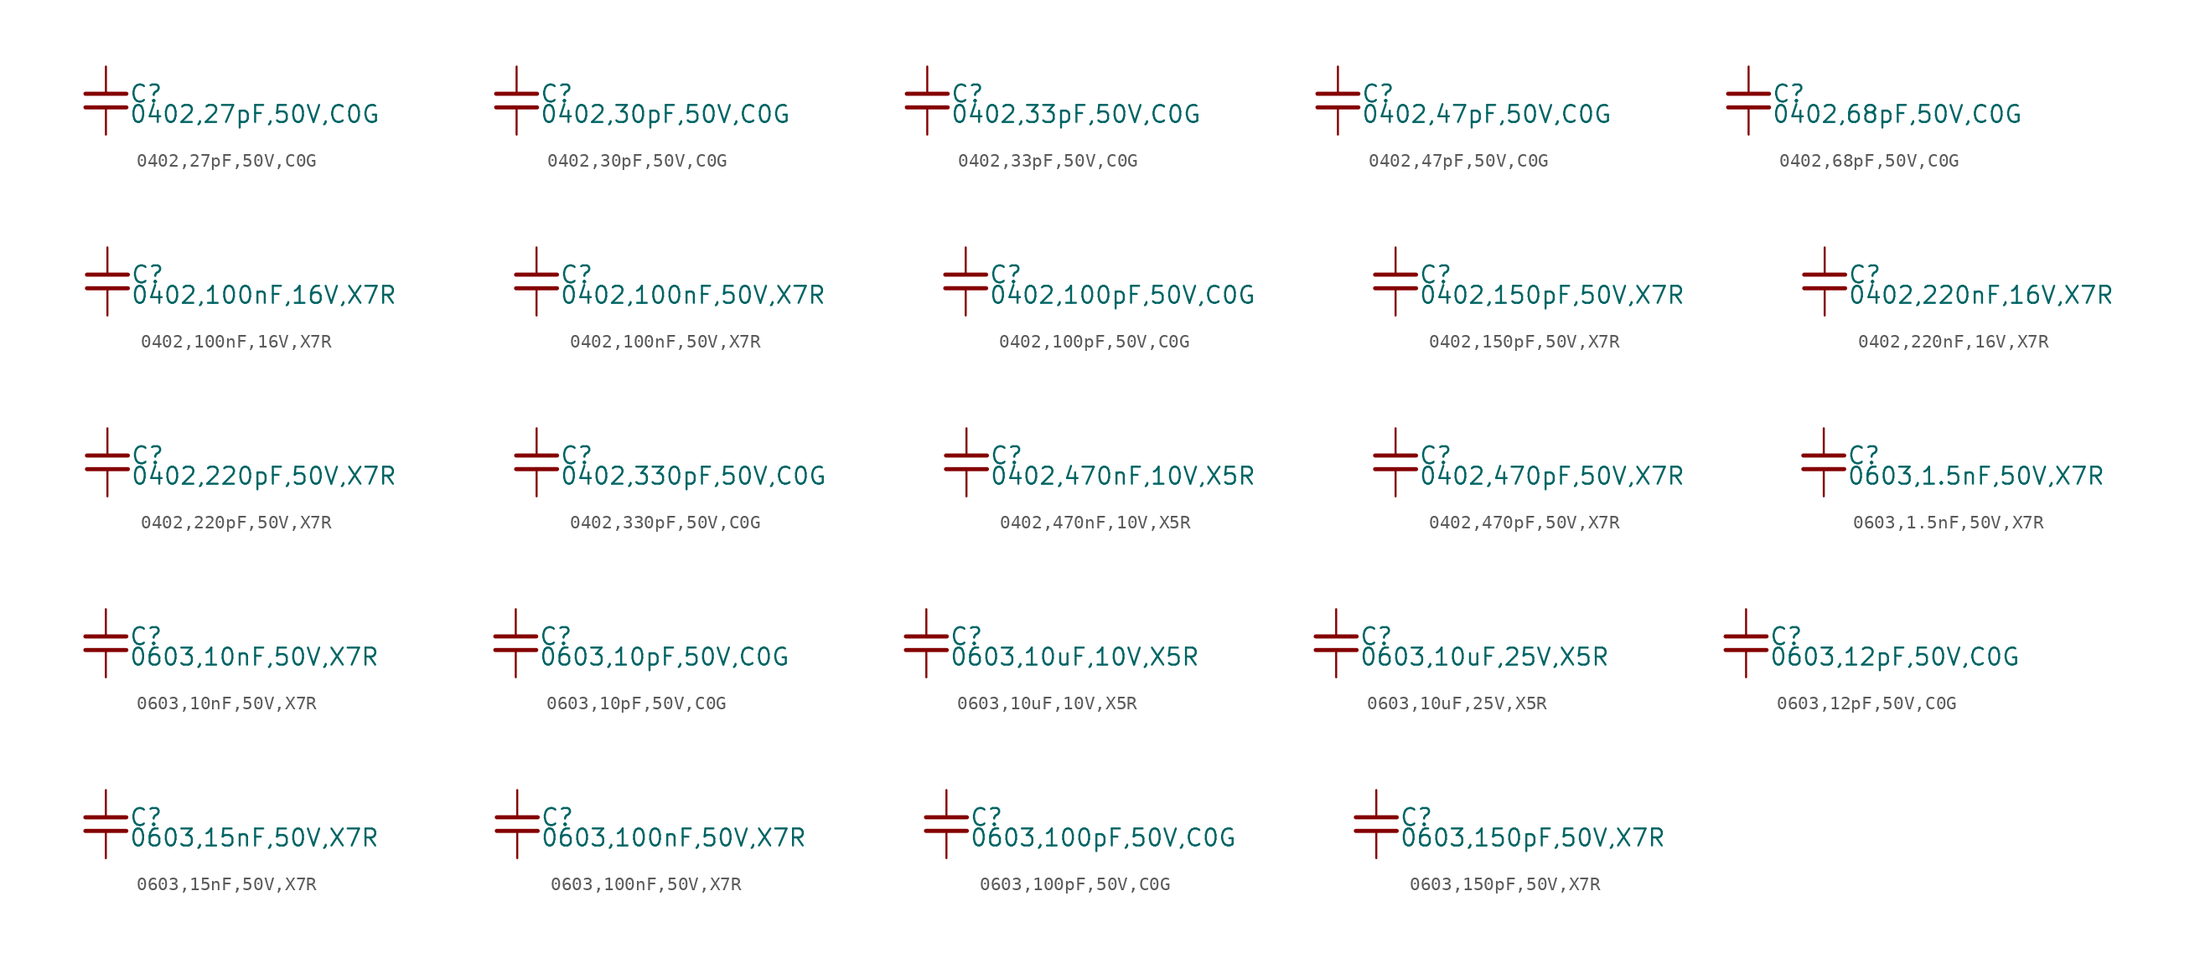
<source format=kicad_sym>
(kicad_symbol_lib
  (version 20231120)
  (generator "kicad_symbol_editor")
  (generator_version "8.0")
  (symbol "0402,27pF,50V,C0G "
    (property "Reference" "C"
      (at 1.71 0.508 0)
      (effects (font (size 1.27 1.27)) (justify left)))
    (property "Value" "0402,27pF,50V,C0G "
      (at 1.71 -1.016 0)
      (effects (font (size 1.27 1.27)) (justify left)))
    (property "ki_locked" ""
      (at 0 0 0)
      (effects (font (size 1.27 1.27))))
    (symbol "0402,27pF,50V,C0G _0_0"
      (polyline (pts (xy -1.524 -0.508) (xy 1.524 -0.508)) (stroke (width 0.305) (type default)) (fill (type none)))
      (polyline (pts (xy -1.524 0.508) (xy 1.524 0.508)) (stroke (width 0.305) (type default)) (fill (type none)))
      (pin passive line (at 0 2.54 270) (length 2.032) (name "~" (effects (font (size 0 0)))) (number "1" (effects (font (size 0 0)))))
      (pin passive line (at 0 -2.54 90) (length 2.032) (name "~" (effects (font (size 0 0)))) (number "2" (effects (font (size 0 0)))))))
  (symbol "0402,30pF,50V,C0G "
    (property "Reference" "C"
      (at 1.71 0.508 0)
      (effects (font (size 1.27 1.27)) (justify left)))
    (property "Value" "0402,30pF,50V,C0G "
      (at 1.71 -1.016 0)
      (effects (font (size 1.27 1.27)) (justify left)))
    (property "ki_locked" ""
      (at 0 0 0)
      (effects (font (size 1.27 1.27))))
    (symbol "0402,30pF,50V,C0G _0_0"
      (polyline (pts (xy -1.524 -0.508) (xy 1.524 -0.508)) (stroke (width 0.305) (type default)) (fill (type none)))
      (polyline (pts (xy -1.524 0.508) (xy 1.524 0.508)) (stroke (width 0.305) (type default)) (fill (type none)))
      (pin passive line (at 0 2.54 270) (length 2.032) (name "~" (effects (font (size 0 0)))) (number "1" (effects (font (size 0 0)))))
      (pin passive line (at 0 -2.54 90) (length 2.032) (name "~" (effects (font (size 0 0)))) (number "2" (effects (font (size 0 0)))))))
  (symbol "0402,33pF,50V,C0G "
    (property "Reference" "C"
      (at 1.71 0.508 0)
      (effects (font (size 1.27 1.27)) (justify left)))
    (property "Value" "0402,33pF,50V,C0G "
      (at 1.71 -1.016 0)
      (effects (font (size 1.27 1.27)) (justify left)))
    (property "ki_locked" ""
      (at 0 0 0)
      (effects (font (size 1.27 1.27))))
    (symbol "0402,33pF,50V,C0G _0_0"
      (polyline (pts (xy -1.524 -0.508) (xy 1.524 -0.508)) (stroke (width 0.305) (type default)) (fill (type none)))
      (polyline (pts (xy -1.524 0.508) (xy 1.524 0.508)) (stroke (width 0.305) (type default)) (fill (type none)))
      (pin passive line (at 0 2.54 270) (length 2.032) (name "~" (effects (font (size 0 0)))) (number "1" (effects (font (size 0 0)))))
      (pin passive line (at 0 -2.54 90) (length 2.032) (name "~" (effects (font (size 0 0)))) (number "2" (effects (font (size 0 0)))))))
  (symbol "0402,47pF,50V,C0G "
    (property "Reference" "C"
      (at 1.71 0.508 0)
      (effects (font (size 1.27 1.27)) (justify left)))
    (property "Value" "0402,47pF,50V,C0G "
      (at 1.71 -1.016 0)
      (effects (font (size 1.27 1.27)) (justify left)))
    (property "ki_locked" ""
      (at 0 0 0)
      (effects (font (size 1.27 1.27))))
    (symbol "0402,47pF,50V,C0G _0_0"
      (polyline (pts (xy -1.524 -0.508) (xy 1.524 -0.508)) (stroke (width 0.305) (type default)) (fill (type none)))
      (polyline (pts (xy -1.524 0.508) (xy 1.524 0.508)) (stroke (width 0.305) (type default)) (fill (type none)))
      (pin passive line (at 0 2.54 270) (length 2.032) (name "~" (effects (font (size 0 0)))) (number "1" (effects (font (size 0 0)))))
      (pin passive line (at 0 -2.54 90) (length 2.032) (name "~" (effects (font (size 0 0)))) (number "2" (effects (font (size 0 0)))))))
  (symbol "0402,68pF,50V,C0G "
    (property "Reference" "C"
      (at 1.71 0.508 0)
      (effects (font (size 1.27 1.27)) (justify left)))
    (property "Value" "0402,68pF,50V,C0G "
      (at 1.71 -1.016 0)
      (effects (font (size 1.27 1.27)) (justify left)))
    (property "ki_locked" ""
      (at 0 0 0)
      (effects (font (size 1.27 1.27))))
    (symbol "0402,68pF,50V,C0G _0_0"
      (polyline (pts (xy -1.524 -0.508) (xy 1.524 -0.508)) (stroke (width 0.305) (type default)) (fill (type none)))
      (polyline (pts (xy -1.524 0.508) (xy 1.524 0.508)) (stroke (width 0.305) (type default)) (fill (type none)))
      (pin passive line (at 0 2.54 270) (length 2.032) (name "~" (effects (font (size 0 0)))) (number "1" (effects (font (size 0 0)))))
      (pin passive line (at 0 -2.54 90) (length 2.032) (name "~" (effects (font (size 0 0)))) (number "2" (effects (font (size 0 0)))))))
  (symbol "0402,100nF,16V,X7R "
    (property "Reference" "C"
      (at 1.71 0.508 0)
      (effects (font (size 1.27 1.27)) (justify left)))
    (property "Value" "0402,100nF,16V,X7R "
      (at 1.71 -1.016 0)
      (effects (font (size 1.27 1.27)) (justify left)))
    (property "ki_locked" ""
      (at 0 0 0)
      (effects (font (size 1.27 1.27))))
    (symbol "0402,100nF,16V,X7R _0_0"
      (polyline (pts (xy -1.524 -0.508) (xy 1.524 -0.508)) (stroke (width 0.305) (type default)) (fill (type none)))
      (polyline (pts (xy -1.524 0.508) (xy 1.524 0.508)) (stroke (width 0.305) (type default)) (fill (type none)))
      (pin passive line (at 0 2.54 270) (length 2.032) (name "~" (effects (font (size 0 0)))) (number "1" (effects (font (size 0 0)))))
      (pin passive line (at 0 -2.54 90) (length 2.032) (name "~" (effects (font (size 0 0)))) (number "2" (effects (font (size 0 0)))))))
  (symbol "0402,100nF,50V,X7R "
    (property "Reference" "C"
      (at 1.71 0.508 0)
      (effects (font (size 1.27 1.27)) (justify left)))
    (property "Value" "0402,100nF,50V,X7R "
      (at 1.71 -1.016 0)
      (effects (font (size 1.27 1.27)) (justify left)))
    (property "ki_locked" ""
      (at 0 0 0)
      (effects (font (size 1.27 1.27))))
    (symbol "0402,100nF,50V,X7R _0_0"
      (polyline (pts (xy -1.524 -0.508) (xy 1.524 -0.508)) (stroke (width 0.305) (type default)) (fill (type none)))
      (polyline (pts (xy -1.524 0.508) (xy 1.524 0.508)) (stroke (width 0.305) (type default)) (fill (type none)))
      (pin passive line (at 0 2.54 270) (length 2.032) (name "~" (effects (font (size 0 0)))) (number "1" (effects (font (size 0 0)))))
      (pin passive line (at 0 -2.54 90) (length 2.032) (name "~" (effects (font (size 0 0)))) (number "2" (effects (font (size 0 0)))))))
  (symbol "0402,100pF,50V,C0G "
    (property "Reference" "C"
      (at 1.71 0.508 0)
      (effects (font (size 1.27 1.27)) (justify left)))
    (property "Value" "0402,100pF,50V,C0G "
      (at 1.71 -1.016 0)
      (effects (font (size 1.27 1.27)) (justify left)))
    (property "ki_locked" ""
      (at 0 0 0)
      (effects (font (size 1.27 1.27))))
    (symbol "0402,100pF,50V,C0G _0_0"
      (polyline (pts (xy -1.524 -0.508) (xy 1.524 -0.508)) (stroke (width 0.305) (type default)) (fill (type none)))
      (polyline (pts (xy -1.524 0.508) (xy 1.524 0.508)) (stroke (width 0.305) (type default)) (fill (type none)))
      (pin passive line (at 0 2.54 270) (length 2.032) (name "~" (effects (font (size 0 0)))) (number "1" (effects (font (size 0 0)))))
      (pin passive line (at 0 -2.54 90) (length 2.032) (name "~" (effects (font (size 0 0)))) (number "2" (effects (font (size 0 0)))))))
  (symbol "0402,150pF,50V,X7R "
    (property "Reference" "C"
      (at 1.71 0.508 0)
      (effects (font (size 1.27 1.27)) (justify left)))
    (property "Value" "0402,150pF,50V,X7R "
      (at 1.71 -1.016 0)
      (effects (font (size 1.27 1.27)) (justify left)))
    (property "ki_locked" ""
      (at 0 0 0)
      (effects (font (size 1.27 1.27))))
    (symbol "0402,150pF,50V,X7R _0_0"
      (polyline (pts (xy -1.524 -0.508) (xy 1.524 -0.508)) (stroke (width 0.305) (type default)) (fill (type none)))
      (polyline (pts (xy -1.524 0.508) (xy 1.524 0.508)) (stroke (width 0.305) (type default)) (fill (type none)))
      (pin passive line (at 0 2.54 270) (length 2.032) (name "~" (effects (font (size 0 0)))) (number "1" (effects (font (size 0 0)))))
      (pin passive line (at 0 -2.54 90) (length 2.032) (name "~" (effects (font (size 0 0)))) (number "2" (effects (font (size 0 0)))))))
  (symbol "0402,220nF,16V,X7R "
    (property "Reference" "C"
      (at 1.71 0.508 0)
      (effects (font (size 1.27 1.27)) (justify left)))
    (property "Value" "0402,220nF,16V,X7R "
      (at 1.71 -1.016 0)
      (effects (font (size 1.27 1.27)) (justify left)))
    (property "ki_locked" ""
      (at 0 0 0)
      (effects (font (size 1.27 1.27))))
    (symbol "0402,220nF,16V,X7R _0_0"
      (polyline (pts (xy -1.524 -0.508) (xy 1.524 -0.508)) (stroke (width 0.305) (type default)) (fill (type none)))
      (polyline (pts (xy -1.524 0.508) (xy 1.524 0.508)) (stroke (width 0.305) (type default)) (fill (type none)))
      (pin passive line (at 0 2.54 270) (length 2.032) (name "~" (effects (font (size 0 0)))) (number "1" (effects (font (size 0 0)))))
      (pin passive line (at 0 -2.54 90) (length 2.032) (name "~" (effects (font (size 0 0)))) (number "2" (effects (font (size 0 0)))))))
  (symbol "0402,220pF,50V,X7R "
    (property "Reference" "C"
      (at 1.71 0.508 0)
      (effects (font (size 1.27 1.27)) (justify left)))
    (property "Value" "0402,220pF,50V,X7R "
      (at 1.71 -1.016 0)
      (effects (font (size 1.27 1.27)) (justify left)))
    (property "ki_locked" ""
      (at 0 0 0)
      (effects (font (size 1.27 1.27))))
    (symbol "0402,220pF,50V,X7R _0_0"
      (polyline (pts (xy -1.524 -0.508) (xy 1.524 -0.508)) (stroke (width 0.305) (type default)) (fill (type none)))
      (polyline (pts (xy -1.524 0.508) (xy 1.524 0.508)) (stroke (width 0.305) (type default)) (fill (type none)))
      (pin passive line (at 0 2.54 270) (length 2.032) (name "~" (effects (font (size 0 0)))) (number "1" (effects (font (size 0 0)))))
      (pin passive line (at 0 -2.54 90) (length 2.032) (name "~" (effects (font (size 0 0)))) (number "2" (effects (font (size 0 0)))))))
  (symbol "0402,330pF,50V,C0G "
    (property "Reference" "C"
      (at 1.71 0.508 0)
      (effects (font (size 1.27 1.27)) (justify left)))
    (property "Value" "0402,330pF,50V,C0G "
      (at 1.71 -1.016 0)
      (effects (font (size 1.27 1.27)) (justify left)))
    (property "ki_locked" ""
      (at 0 0 0)
      (effects (font (size 1.27 1.27))))
    (symbol "0402,330pF,50V,C0G _0_0"
      (polyline (pts (xy -1.524 -0.508) (xy 1.524 -0.508)) (stroke (width 0.305) (type default)) (fill (type none)))
      (polyline (pts (xy -1.524 0.508) (xy 1.524 0.508)) (stroke (width 0.305) (type default)) (fill (type none)))
      (pin passive line (at 0 2.54 270) (length 2.032) (name "~" (effects (font (size 0 0)))) (number "1" (effects (font (size 0 0)))))
      (pin passive line (at 0 -2.54 90) (length 2.032) (name "~" (effects (font (size 0 0)))) (number "2" (effects (font (size 0 0)))))))
  (symbol "0402,470nF,10V,X5R "
    (property "Reference" "C"
      (at 1.71 0.508 0)
      (effects (font (size 1.27 1.27)) (justify left)))
    (property "Value" "0402,470nF,10V,X5R "
      (at 1.71 -1.016 0)
      (effects (font (size 1.27 1.27)) (justify left)))
    (property "ki_locked" ""
      (at 0 0 0)
      (effects (font (size 1.27 1.27))))
    (symbol "0402,470nF,10V,X5R _0_0"
      (polyline (pts (xy -1.524 -0.508) (xy 1.524 -0.508)) (stroke (width 0.305) (type default)) (fill (type none)))
      (polyline (pts (xy -1.524 0.508) (xy 1.524 0.508)) (stroke (width 0.305) (type default)) (fill (type none)))
      (pin passive line (at 0 2.54 270) (length 2.032) (name "~" (effects (font (size 0 0)))) (number "1" (effects (font (size 0 0)))))
      (pin passive line (at 0 -2.54 90) (length 2.032) (name "~" (effects (font (size 0 0)))) (number "2" (effects (font (size 0 0)))))))
  (symbol "0402,470pF,50V,X7R "
    (property "Reference" "C"
      (at 1.71 0.508 0)
      (effects (font (size 1.27 1.27)) (justify left)))
    (property "Value" "0402,470pF,50V,X7R "
      (at 1.71 -1.016 0)
      (effects (font (size 1.27 1.27)) (justify left)))
    (property "ki_locked" ""
      (at 0 0 0)
      (effects (font (size 1.27 1.27))))
    (symbol "0402,470pF,50V,X7R _0_0"
      (polyline (pts (xy -1.524 -0.508) (xy 1.524 -0.508)) (stroke (width 0.305) (type default)) (fill (type none)))
      (polyline (pts (xy -1.524 0.508) (xy 1.524 0.508)) (stroke (width 0.305) (type default)) (fill (type none)))
      (pin passive line (at 0 2.54 270) (length 2.032) (name "~" (effects (font (size 0 0)))) (number "1" (effects (font (size 0 0)))))
      (pin passive line (at 0 -2.54 90) (length 2.032) (name "~" (effects (font (size 0 0)))) (number "2" (effects (font (size 0 0)))))))
  (symbol "0603,1.5nF,50V,X7R "
    (property "Reference" "C"
      (at 1.71 0.508 0)
      (effects (font (size 1.27 1.27)) (justify left)))
    (property "Value" "0603,1.5nF,50V,X7R "
      (at 1.71 -1.016 0)
      (effects (font (size 1.27 1.27)) (justify left)))
    (property "ki_locked" ""
      (at 0 0 0)
      (effects (font (size 1.27 1.27))))
    (symbol "0603,1.5nF,50V,X7R _0_0"
      (polyline (pts (xy -1.524 -0.508) (xy 1.524 -0.508)) (stroke (width 0.305) (type default)) (fill (type none)))
      (polyline (pts (xy -1.524 0.508) (xy 1.524 0.508)) (stroke (width 0.305) (type default)) (fill (type none)))
      (pin passive line (at 0 2.54 270) (length 2.032) (name "~" (effects (font (size 0 0)))) (number "1" (effects (font (size 0 0)))))
      (pin passive line (at 0 -2.54 90) (length 2.032) (name "~" (effects (font (size 0 0)))) (number "2" (effects (font (size 0 0)))))))
  (symbol "0603,10nF,50V,X7R "
    (property "Reference" "C"
      (at 1.71 0.508 0)
      (effects (font (size 1.27 1.27)) (justify left)))
    (property "Value" "0603,10nF,50V,X7R "
      (at 1.71 -1.016 0)
      (effects (font (size 1.27 1.27)) (justify left)))
    (property "ki_locked" ""
      (at 0 0 0)
      (effects (font (size 1.27 1.27))))
    (symbol "0603,10nF,50V,X7R _0_0"
      (polyline (pts (xy -1.524 -0.508) (xy 1.524 -0.508)) (stroke (width 0.305) (type default)) (fill (type none)))
      (polyline (pts (xy -1.524 0.508) (xy 1.524 0.508)) (stroke (width 0.305) (type default)) (fill (type none)))
      (pin passive line (at 0 2.54 270) (length 2.032) (name "~" (effects (font (size 0 0)))) (number "1" (effects (font (size 0 0)))))
      (pin passive line (at 0 -2.54 90) (length 2.032) (name "~" (effects (font (size 0 0)))) (number "2" (effects (font (size 0 0)))))))
  (symbol "0603,10pF,50V,C0G "
    (property "Reference" "C"
      (at 1.71 0.508 0)
      (effects (font (size 1.27 1.27)) (justify left)))
    (property "Value" "0603,10pF,50V,C0G "
      (at 1.71 -1.016 0)
      (effects (font (size 1.27 1.27)) (justify left)))
    (property "ki_locked" ""
      (at 0 0 0)
      (effects (font (size 1.27 1.27))))
    (symbol "0603,10pF,50V,C0G _0_0"
      (polyline (pts (xy -1.524 -0.508) (xy 1.524 -0.508)) (stroke (width 0.305) (type default)) (fill (type none)))
      (polyline (pts (xy -1.524 0.508) (xy 1.524 0.508)) (stroke (width 0.305) (type default)) (fill (type none)))
      (pin passive line (at 0 2.54 270) (length 2.032) (name "~" (effects (font (size 0 0)))) (number "1" (effects (font (size 0 0)))))
      (pin passive line (at 0 -2.54 90) (length 2.032) (name "~" (effects (font (size 0 0)))) (number "2" (effects (font (size 0 0)))))))
  (symbol "0603,10uF,10V,X5R "
    (property "Reference" "C"
      (at 1.71 0.508 0)
      (effects (font (size 1.27 1.27)) (justify left)))
    (property "Value" "0603,10uF,10V,X5R "
      (at 1.71 -1.016 0)
      (effects (font (size 1.27 1.27)) (justify left)))
    (property "ki_locked" ""
      (at 0 0 0)
      (effects (font (size 1.27 1.27))))
    (symbol "0603,10uF,10V,X5R _0_0"
      (polyline (pts (xy -1.524 -0.508) (xy 1.524 -0.508)) (stroke (width 0.305) (type default)) (fill (type none)))
      (polyline (pts (xy -1.524 0.508) (xy 1.524 0.508)) (stroke (width 0.305) (type default)) (fill (type none)))
      (pin passive line (at 0 2.54 270) (length 2.032) (name "~" (effects (font (size 0 0)))) (number "1" (effects (font (size 0 0)))))
      (pin passive line (at 0 -2.54 90) (length 2.032) (name "~" (effects (font (size 0 0)))) (number "2" (effects (font (size 0 0)))))))
  (symbol "0603,10uF,25V,X5R "
    (property "Reference" "C"
      (at 1.71 0.508 0)
      (effects (font (size 1.27 1.27)) (justify left)))
    (property "Value" "0603,10uF,25V,X5R "
      (at 1.71 -1.016 0)
      (effects (font (size 1.27 1.27)) (justify left)))
    (property "ki_locked" ""
      (at 0 0 0)
      (effects (font (size 1.27 1.27))))
    (symbol "0603,10uF,25V,X5R _0_0"
      (polyline (pts (xy -1.524 -0.508) (xy 1.524 -0.508)) (stroke (width 0.305) (type default)) (fill (type none)))
      (polyline (pts (xy -1.524 0.508) (xy 1.524 0.508)) (stroke (width 0.305) (type default)) (fill (type none)))
      (pin passive line (at 0 2.54 270) (length 2.032) (name "~" (effects (font (size 0 0)))) (number "1" (effects (font (size 0 0)))))
      (pin passive line (at 0 -2.54 90) (length 2.032) (name "~" (effects (font (size 0 0)))) (number "2" (effects (font (size 0 0)))))))
  (symbol "0603,12pF,50V,C0G "
    (property "Reference" "C"
      (at 1.71 0.508 0)
      (effects (font (size 1.27 1.27)) (justify left)))
    (property "Value" "0603,12pF,50V,C0G "
      (at 1.71 -1.016 0)
      (effects (font (size 1.27 1.27)) (justify left)))
    (property "ki_locked" ""
      (at 0 0 0)
      (effects (font (size 1.27 1.27))))
    (symbol "0603,12pF,50V,C0G _0_0"
      (polyline (pts (xy -1.524 -0.508) (xy 1.524 -0.508)) (stroke (width 0.305) (type default)) (fill (type none)))
      (polyline (pts (xy -1.524 0.508) (xy 1.524 0.508)) (stroke (width 0.305) (type default)) (fill (type none)))
      (pin passive line (at 0 2.54 270) (length 2.032) (name "~" (effects (font (size 0 0)))) (number "1" (effects (font (size 0 0)))))
      (pin passive line (at 0 -2.54 90) (length 2.032) (name "~" (effects (font (size 0 0)))) (number "2" (effects (font (size 0 0)))))))
  (symbol "0603,15nF,50V,X7R "
    (property "Reference" "C"
      (at 1.71 0.508 0)
      (effects (font (size 1.27 1.27)) (justify left)))
    (property "Value" "0603,15nF,50V,X7R "
      (at 1.71 -1.016 0)
      (effects (font (size 1.27 1.27)) (justify left)))
    (property "ki_locked" ""
      (at 0 0 0)
      (effects (font (size 1.27 1.27))))
    (symbol "0603,15nF,50V,X7R _0_0"
      (polyline (pts (xy -1.524 -0.508) (xy 1.524 -0.508)) (stroke (width 0.305) (type default)) (fill (type none)))
      (polyline (pts (xy -1.524 0.508) (xy 1.524 0.508)) (stroke (width 0.305) (type default)) (fill (type none)))
      (pin passive line (at 0 2.54 270) (length 2.032) (name "~" (effects (font (size 0 0)))) (number "1" (effects (font (size 0 0)))))
      (pin passive line (at 0 -2.54 90) (length 2.032) (name "~" (effects (font (size 0 0)))) (number "2" (effects (font (size 0 0)))))))
  (symbol "0603,100nF,50V,X7R "
    (property "Reference" "C"
      (at 1.71 0.508 0)
      (effects (font (size 1.27 1.27)) (justify left)))
    (property "Value" "0603,100nF,50V,X7R "
      (at 1.71 -1.016 0)
      (effects (font (size 1.27 1.27)) (justify left)))
    (property "ki_locked" ""
      (at 0 0 0)
      (effects (font (size 1.27 1.27))))
    (symbol "0603,100nF,50V,X7R _0_0"
      (polyline (pts (xy -1.524 -0.508) (xy 1.524 -0.508)) (stroke (width 0.305) (type default)) (fill (type none)))
      (polyline (pts (xy -1.524 0.508) (xy 1.524 0.508)) (stroke (width 0.305) (type default)) (fill (type none)))
      (pin passive line (at 0 2.54 270) (length 2.032) (name "~" (effects (font (size 0 0)))) (number "1" (effects (font (size 0 0)))))
      (pin passive line (at 0 -2.54 90) (length 2.032) (name "~" (effects (font (size 0 0)))) (number "2" (effects (font (size 0 0)))))))
  (symbol "0603,100pF,50V,C0G "
    (property "Reference" "C"
      (at 1.71 0.508 0)
      (effects (font (size 1.27 1.27)) (justify left)))
    (property "Value" "0603,100pF,50V,C0G "
      (at 1.71 -1.016 0)
      (effects (font (size 1.27 1.27)) (justify left)))
    (property "ki_locked" ""
      (at 0 0 0)
      (effects (font (size 1.27 1.27))))
    (symbol "0603,100pF,50V,C0G _0_0"
      (polyline (pts (xy -1.524 -0.508) (xy 1.524 -0.508)) (stroke (width 0.305) (type default)) (fill (type none)))
      (polyline (pts (xy -1.524 0.508) (xy 1.524 0.508)) (stroke (width 0.305) (type default)) (fill (type none)))
      (pin passive line (at 0 2.54 270) (length 2.032) (name "~" (effects (font (size 0 0)))) (number "1" (effects (font (size 0 0)))))
      (pin passive line (at 0 -2.54 90) (length 2.032) (name "~" (effects (font (size 0 0)))) (number "2" (effects (font (size 0 0)))))))
  (symbol "0603,150pF,50V,X7R "
    (property "Reference" "C"
      (at 1.71 0.508 0)
      (effects (font (size 1.27 1.27)) (justify left)))
    (property "Value" "0603,150pF,50V,X7R "
      (at 1.71 -1.016 0)
      (effects (font (size 1.27 1.27)) (justify left)))
    (property "ki_locked" ""
      (at 0 0 0)
      (effects (font (size 1.27 1.27))))
    (symbol "0603,150pF,50V,X7R _0_0"
      (polyline (pts (xy -1.524 -0.508) (xy 1.524 -0.508)) (stroke (width 0.305) (type default)) (fill (type none)))
      (polyline (pts (xy -1.524 0.508) (xy 1.524 0.508)) (stroke (width 0.305) (type default)) (fill (type none)))
      (pin passive line (at 0 2.54 270) (length 2.032) (name "~" (effects (font (size 0 0)))) (number "1" (effects (font (size 0 0)))))
      (pin passive line (at 0 -2.54 90) (length 2.032) (name "~" (effects (font (size 0 0)))) (number "2" (effects (font (size 0 0))))))))
</source>
